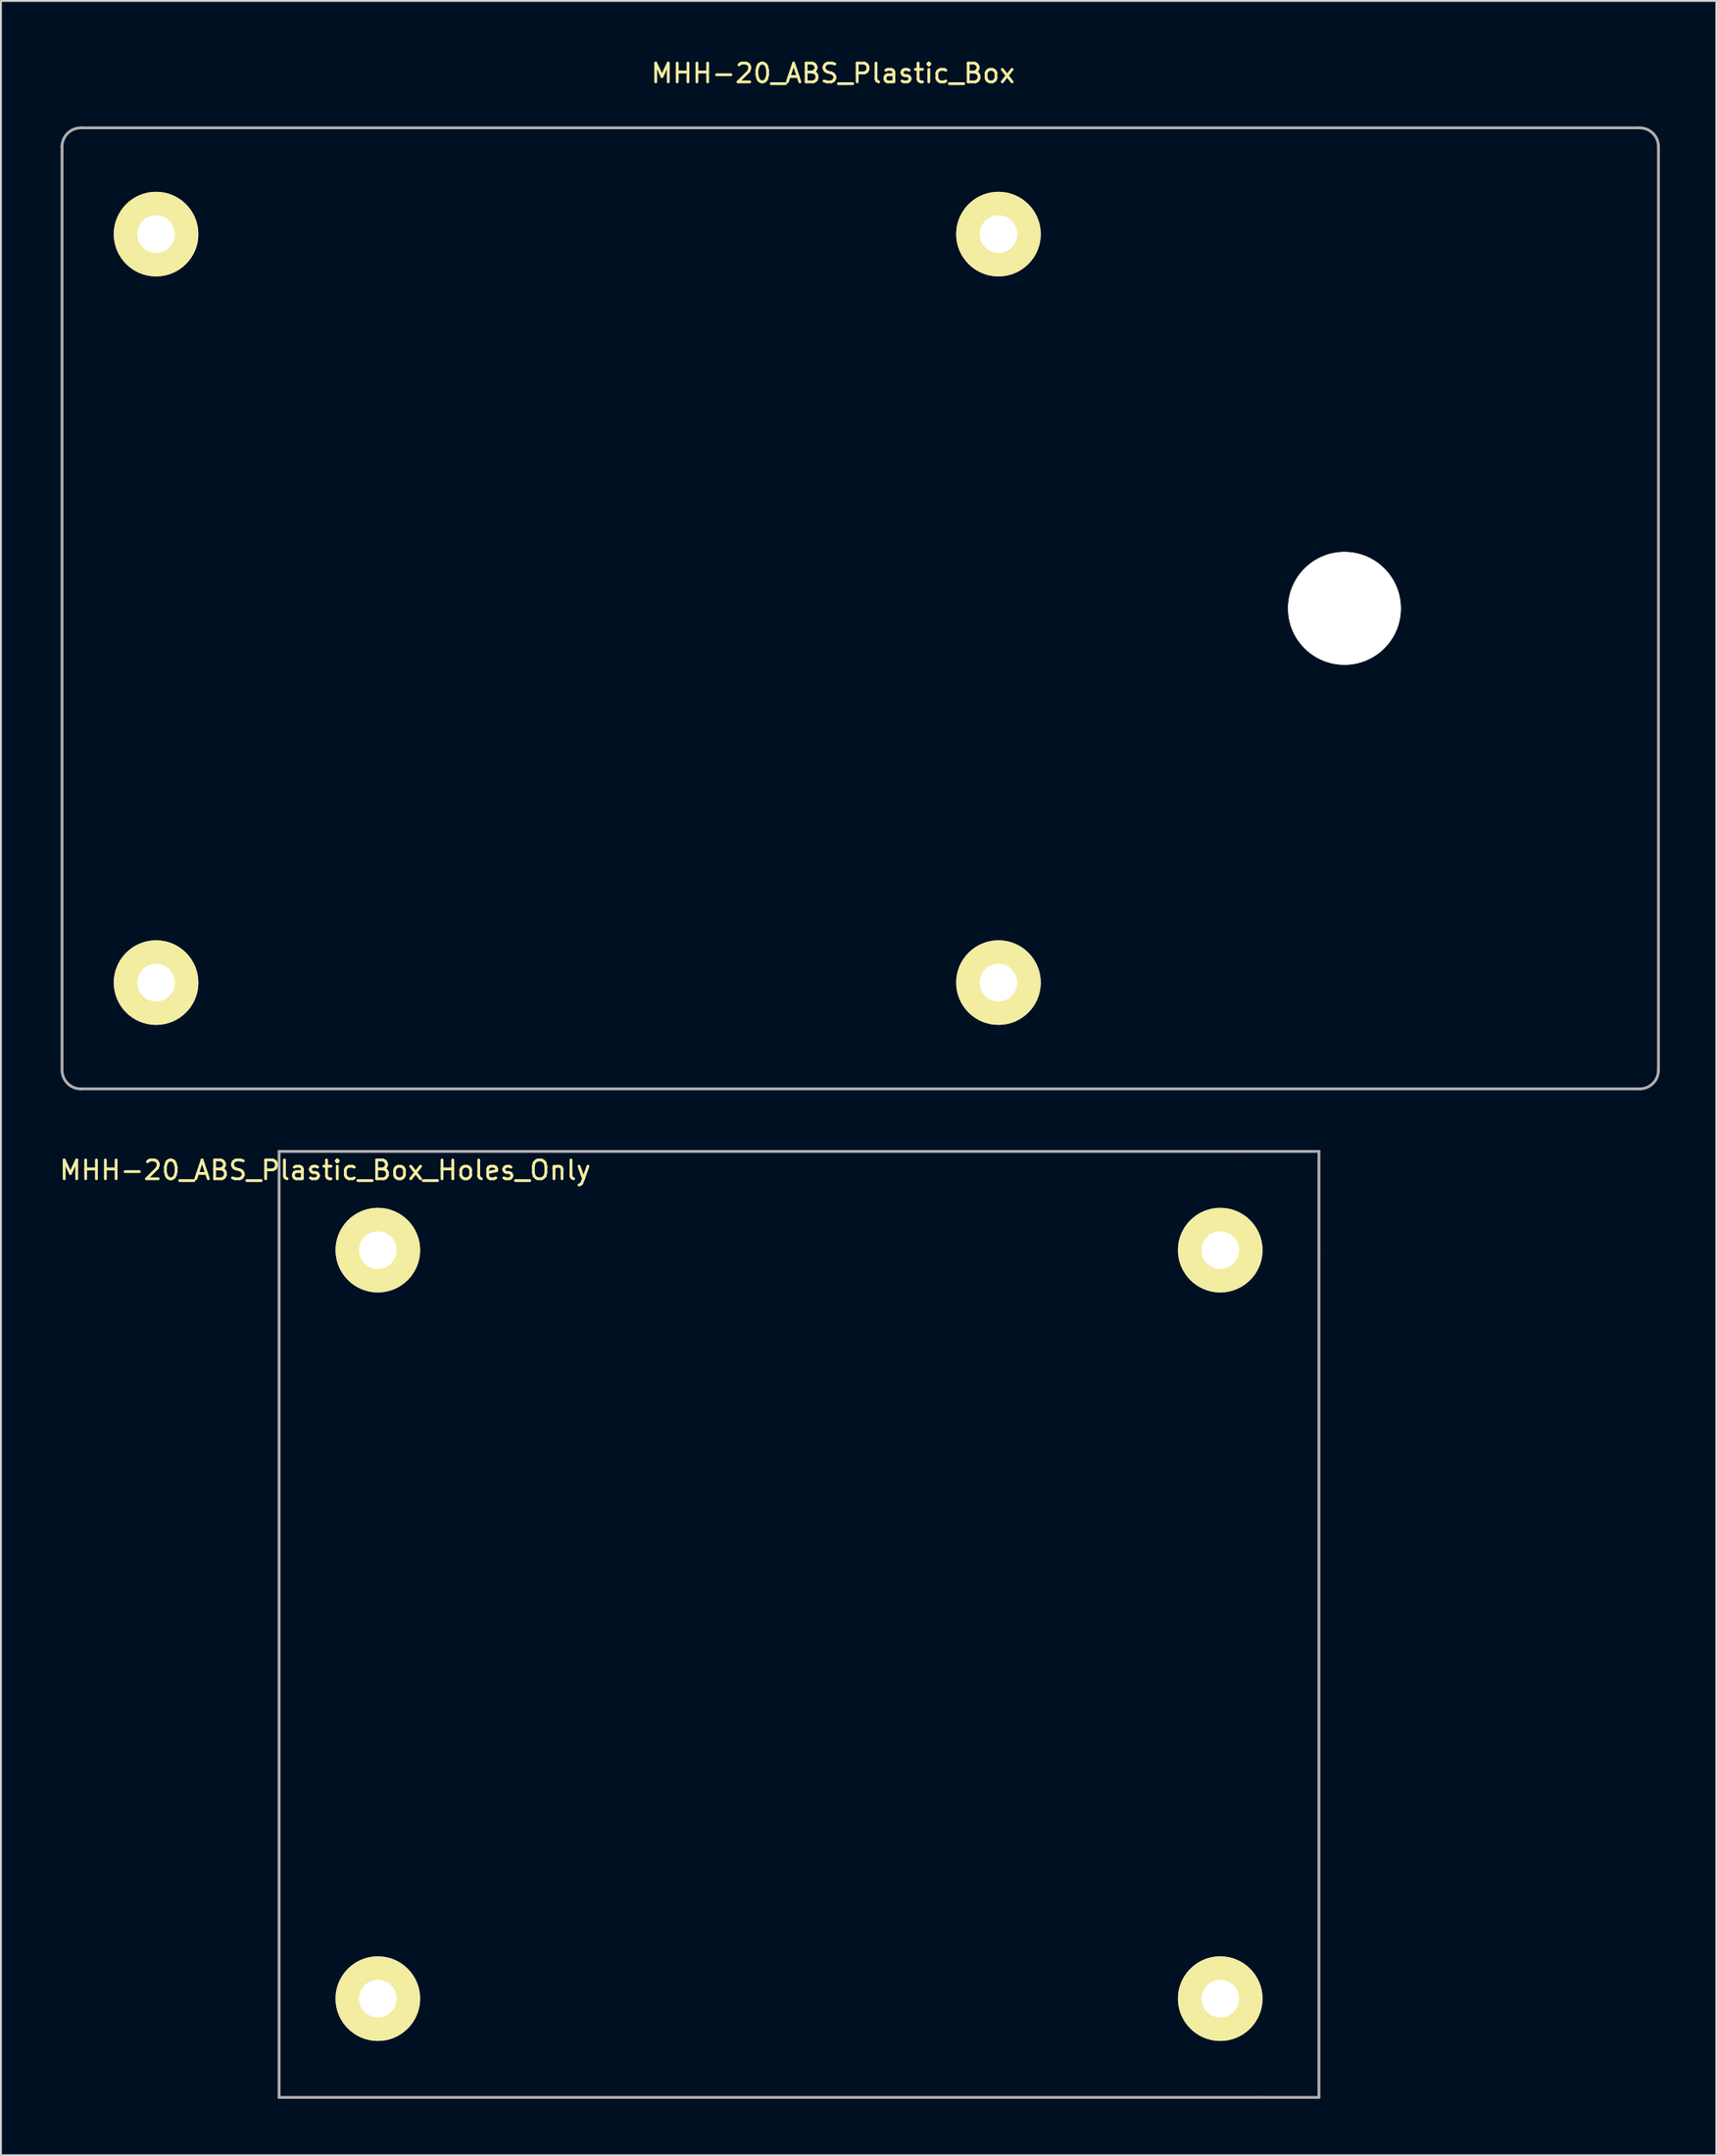
<source format=kicad_pcb>
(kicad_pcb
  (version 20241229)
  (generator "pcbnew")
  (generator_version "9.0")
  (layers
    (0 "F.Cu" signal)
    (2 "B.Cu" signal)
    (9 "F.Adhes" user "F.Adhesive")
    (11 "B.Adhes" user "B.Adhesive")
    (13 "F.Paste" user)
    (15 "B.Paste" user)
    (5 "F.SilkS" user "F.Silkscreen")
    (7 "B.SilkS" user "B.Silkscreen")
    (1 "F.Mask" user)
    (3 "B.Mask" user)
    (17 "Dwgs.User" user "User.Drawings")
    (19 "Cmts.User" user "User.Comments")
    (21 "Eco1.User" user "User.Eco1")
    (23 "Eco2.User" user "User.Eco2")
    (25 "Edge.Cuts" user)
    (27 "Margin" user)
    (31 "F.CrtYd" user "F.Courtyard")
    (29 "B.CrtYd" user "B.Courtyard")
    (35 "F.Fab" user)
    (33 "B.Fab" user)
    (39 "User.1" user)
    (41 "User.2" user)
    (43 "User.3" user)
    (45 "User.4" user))
  (footprint "MHH-20_ABS_Plastic_Box_Holes_Only"
    (layer "F.Cu")
    (at 39.844 82.774)
    (property "Reference" "MHH-20_ABS_Plastic_Box_Holes_Only" (at -25.6 -23.6 0) (layer "F.SilkS") (effects (font (size 1 1) (thickness 0.15))))
    (attr through_hole)
    (fp_line (start -28.05 -24.6) (end 23.35 -24.6) (stroke (width 0.15) (type solid)) (layer "F.Fab"))
    (fp_line (start -28.05 -19.45) (end -28.05 -24.6) (stroke (width 0.15) (type solid)) (layer "F.Fab"))
    (fp_line (start -28.05 -19.45) (end -28.05 25.7) (stroke (width 0.15) (type solid)) (layer "F.Fab"))
    (fp_line (start -28.05 25.7) (end 24.2 25.7) (stroke (width 0.15) (type solid)) (layer "F.Fab"))
    (fp_line (start 24.2 25.7) (end 27.25 25.7) (stroke (width 0.15) (type solid)) (layer "F.Fab"))
    (fp_line (start 27.25 -24.6) (end 23.35 -24.6) (stroke (width 0.15) (type solid)) (layer "F.Fab"))
    (fp_line (start 27.25 -19.35) (end 27.25 -24.6) (stroke (width 0.15) (type solid)) (layer "F.Fab"))
    (fp_line (start 27.25 25.7) (end 27.25 -19.35) (stroke (width 0.15) (type solid)) (layer "F.Fab"))
    (pad "" np_thru_hole circle (at -22.8 -19.35) (size 4.5 4.5) (drill 2) (layers "*.Cu" "*.Mask" "F.SilkS"))
    (pad "" np_thru_hole circle (at -22.8 20.45) (size 4.5 4.5) (drill 2) (layers "*.Cu" "*.Mask" "F.SilkS"))
    (pad "" np_thru_hole circle (at 22 -19.35) (size 4.5 4.5) (drill 2) (layers "*.Cu" "*.Mask" "F.SilkS"))
    (pad "" np_thru_hole circle (at 22 20.45) (size 4.5 4.5) (drill 2) (layers "*.Cu" "*.Mask" "F.SilkS")))
  (footprint "MHH-20_ABS_Plastic_Box"
    (layer "F.Cu")
    (at 0.25 54.849)
    (property "Reference" "MHH-20_ABS_Plastic_Box" (at 41.001 -54 0) (layer "F.SilkS") (effects (font (size 1 1) (thickness 0.15))))
    (attr through_hole)
    (fp_line (start 0 -1) (end 0 -50.1) (stroke (width 0.15) (type solid)) (layer "F.Fab"))
    (fp_line (start 1 -51.1) (end 83.9 -51.1) (stroke (width 0.15) (type solid)) (layer "F.Fab"))
    (fp_line (start 83.9 0) (end 1 0) (stroke (width 0.15) (type solid)) (layer "F.Fab"))
    (fp_line (start 84.9 -50.1) (end 84.9 -1) (stroke (width 0.15) (type solid)) (layer "F.Fab"))
    (fp_arc (start 0 -50.1) (mid 0.292893 -50.807107) (end 1 -51.1) (stroke (width 0.15) (type solid)) (layer "F.Fab"))
    (fp_arc (start 1 0) (mid 0.292893 -0.292893) (end 0 -1) (stroke (width 0.15) (type solid)) (layer "F.Fab"))
    (fp_arc (start 83.9 -51.1) (mid 84.607107 -50.807107) (end 84.9 -50.1) (stroke (width 0.15) (type solid)) (layer "F.Fab"))
    (fp_arc (start 84.9 -1) (mid 84.607107 -0.292893) (end 83.9 0) (stroke (width 0.15) (type solid)) (layer "F.Fab"))
    (pad "" np_thru_hole circle (at 5 -45.45) (size 4.5 4.5) (drill 2) (layers "*.Cu" "*.Mask" "F.SilkS"))
    (pad "" np_thru_hole circle (at 5 -5.65) (size 4.5 4.5) (drill 2) (layers "*.Cu" "*.Mask" "F.SilkS"))
    (pad "" np_thru_hole circle (at 49.8 -45.45) (size 4.5 4.5) (drill 2) (layers "*.Cu" "*.Mask" "F.SilkS"))
    (pad "" np_thru_hole circle (at 49.8 -5.65) (size 4.5 4.5) (drill 2) (layers "*.Cu" "*.Mask" "F.SilkS"))
    (pad "" np_thru_hole circle (at 68.2 -25.55) (size 6 6) (drill 6) (layers "*.Cu" "*.Mask" "F.SilkS")))
  (gr_rect
    (start -3 -3)
    (end 88.225 111.549)
    (stroke (width 0.1) (type default))
    (fill no)
    (layer "Edge.Cuts")))
</source>
